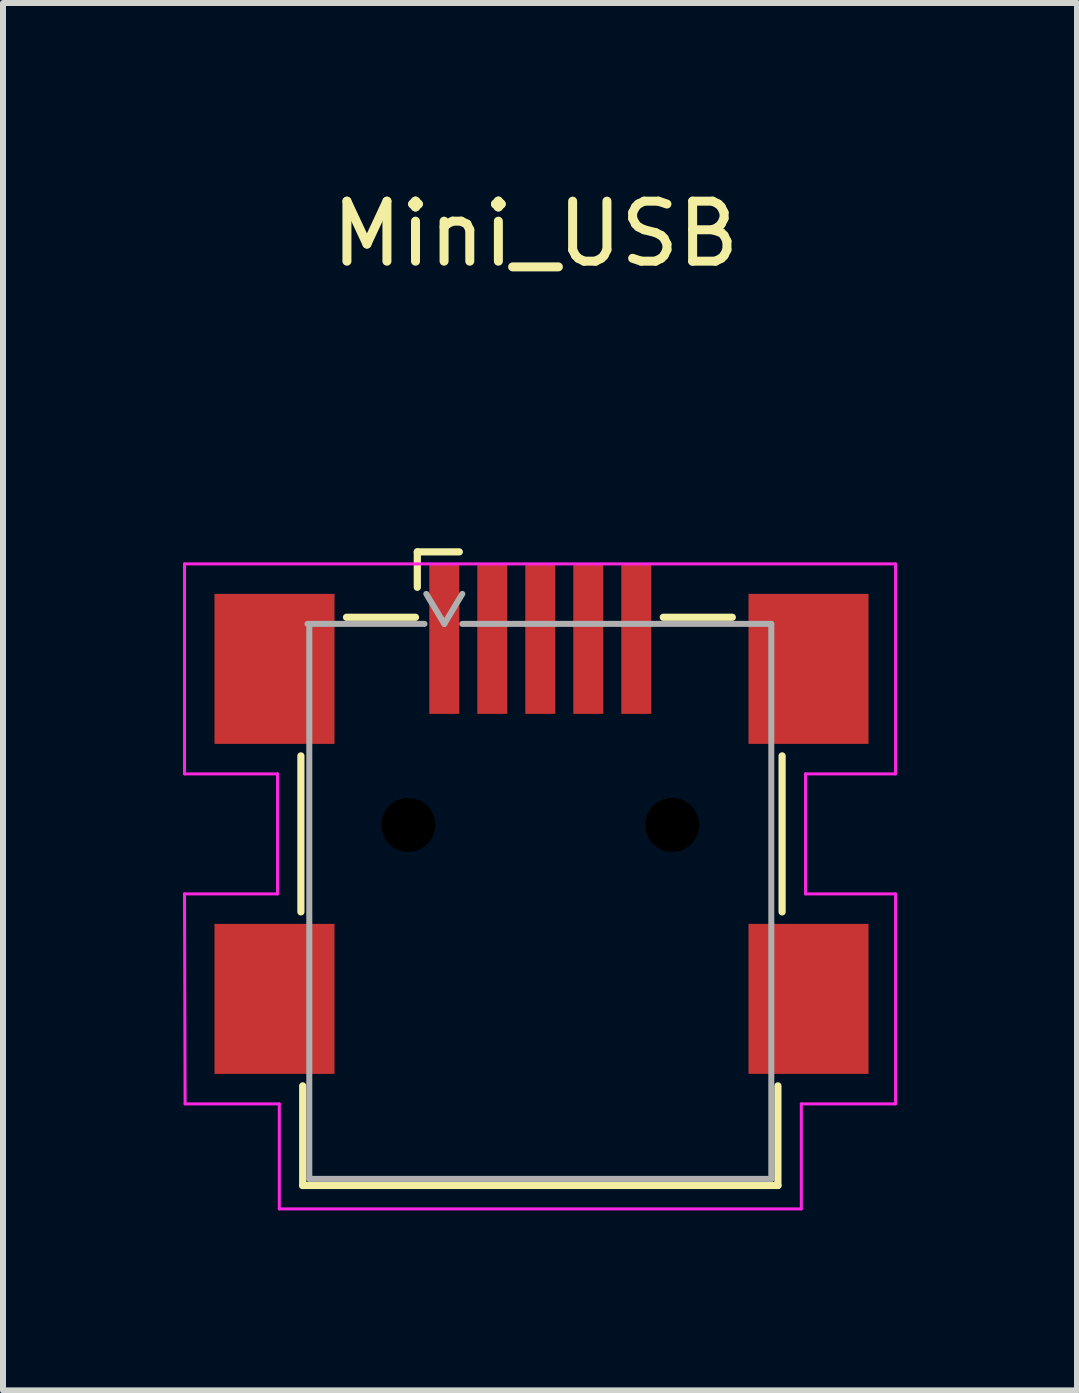
<source format=kicad_pcb>
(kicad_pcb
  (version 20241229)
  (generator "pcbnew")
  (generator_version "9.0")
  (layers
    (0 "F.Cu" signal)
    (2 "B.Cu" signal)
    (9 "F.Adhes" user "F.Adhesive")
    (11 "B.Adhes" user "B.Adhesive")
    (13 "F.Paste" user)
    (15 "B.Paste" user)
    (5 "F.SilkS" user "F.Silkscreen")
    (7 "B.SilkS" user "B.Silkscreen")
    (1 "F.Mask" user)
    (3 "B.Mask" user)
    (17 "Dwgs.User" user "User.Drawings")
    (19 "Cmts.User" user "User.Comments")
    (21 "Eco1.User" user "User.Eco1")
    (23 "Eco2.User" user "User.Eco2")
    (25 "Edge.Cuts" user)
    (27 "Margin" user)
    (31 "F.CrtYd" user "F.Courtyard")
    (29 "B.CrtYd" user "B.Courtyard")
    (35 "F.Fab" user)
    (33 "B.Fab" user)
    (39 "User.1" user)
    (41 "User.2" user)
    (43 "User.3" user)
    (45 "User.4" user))
  (footprint "Mini_USB"
    (layer "F.Cu")
    (at 5.875 11.448)
    (property "Reference" "Mini_USB" (at 0 -10.6 0) (unlocked yes) (layer "F.SilkS") (effects (font (size 1 1) (thickness 0.15))))
    (attr smd)
    (fp_line (start -3.91 0.7) (end -3.91 -1.9) (stroke (width 0.12) (type solid)) (layer "F.SilkS"))
    (fp_line (start -3.88 3.6) (end -3.88 5.26) (stroke (width 0.12) (type solid)) (layer "F.SilkS"))
    (fp_line (start -3.88 5.26) (end 4.04 5.26) (stroke (width 0.12) (type solid)) (layer "F.SilkS"))
    (fp_line (start -3.15 -4.21) (end -2 -4.21) (stroke (width 0.12) (type solid)) (layer "F.SilkS"))
    (fp_line (start -1.97 -5.3) (end -1.27 -5.3) (stroke (width 0.12) (type solid)) (layer "F.SilkS"))
    (fp_line (start -1.97 -4.71) (end -1.97 -5.3) (stroke (width 0.12) (type solid)) (layer "F.SilkS"))
    (fp_line (start 2.13 -4.21) (end 3.28 -4.21) (stroke (width 0.12) (type solid)) (layer "F.SilkS"))
    (fp_line (start 4.04 5.26) (end 4.04 3.6) (stroke (width 0.12) (type solid)) (layer "F.SilkS"))
    (fp_line (start 4.11 -1.9) (end 4.11 0.7) (stroke (width 0.12) (type solid)) (layer "F.SilkS"))
    (fp_line (start -5.85 -5.1) (end 6 -5.1) (stroke (width 0.05) (type solid)) (layer "F.CrtYd"))
    (fp_line (start -5.85 -1.6) (end -5.85 -5.1) (stroke (width 0.05) (type solid)) (layer "F.CrtYd"))
    (fp_line (start -5.85 0.4) (end -4.3 0.4) (stroke (width 0.05) (type solid)) (layer "F.CrtYd"))
    (fp_line (start -5.84 3.9) (end -5.85 0.4) (stroke (width 0.05) (type solid)) (layer "F.CrtYd"))
    (fp_line (start -4.3 -1.6) (end -5.85 -1.6) (stroke (width 0.05) (type solid)) (layer "F.CrtYd"))
    (fp_line (start -4.3 0.4) (end -4.3 -1.6) (stroke (width 0.05) (type solid)) (layer "F.CrtYd"))
    (fp_line (start -4.27 3.9) (end -5.84 3.9) (stroke (width 0.05) (type solid)) (layer "F.CrtYd"))
    (fp_line (start -4.27 5.65) (end -4.27 3.9) (stroke (width 0.05) (type solid)) (layer "F.CrtYd"))
    (fp_line (start 4.43 3.9) (end 4.43 5.65) (stroke (width 0.05) (type solid)) (layer "F.CrtYd"))
    (fp_line (start 4.43 5.65) (end -4.27 5.65) (stroke (width 0.05) (type solid)) (layer "F.CrtYd"))
    (fp_line (start 4.5 -1.6) (end 4.5 0.4) (stroke (width 0.05) (type solid)) (layer "F.CrtYd"))
    (fp_line (start 4.5 0.4) (end 6 0.4) (stroke (width 0.05) (type solid)) (layer "F.CrtYd"))
    (fp_line (start 6 -5.1) (end 6 -1.6) (stroke (width 0.05) (type solid)) (layer "F.CrtYd"))
    (fp_line (start 6 -1.6) (end 4.5 -1.6) (stroke (width 0.05) (type solid)) (layer "F.CrtYd"))
    (fp_line (start 6 0.4) (end 6 3.9) (stroke (width 0.05) (type solid)) (layer "F.CrtYd"))
    (fp_line (start 6 3.9) (end 4.43 3.9) (stroke (width 0.05) (type solid)) (layer "F.CrtYd"))
    (fp_line (start -3.8 -4.1) (end -1.85 -4.1) (stroke (width 0.1) (type solid)) (layer "F.Fab"))
    (fp_line (start -3.77 5.15) (end -3.77 -4.1) (stroke (width 0.1) (type solid)) (layer "F.Fab"))
    (fp_line (start -1.82 -4.6) (end -1.52 -4.1) (stroke (width 0.1) (type solid)) (layer "F.Fab"))
    (fp_line (start -1.52 -4.1) (end -1.22 -4.6) (stroke (width 0.1) (type solid)) (layer "F.Fab"))
    (fp_line (start -1.22 -4.1) (end 3.93 -4.1) (stroke (width 0.1) (type solid)) (layer "F.Fab"))
    (fp_line (start 3.93 -4.1) (end 3.93 5.15) (stroke (width 0.1) (type solid)) (layer "F.Fab"))
    (fp_line (start 3.93 5.15) (end -3.77 5.15) (stroke (width 0.1) (type solid)) (layer "F.Fab"))
    (pad "" np_thru_hole circle (at -2.12 -0.75) (size 1 1) (drill 0.9) (layers "*.Mask"))
    (pad "" np_thru_hole circle (at 2.28 -0.75) (size 1 1) (drill 0.9) (layers "*.Mask"))
    (pad "1" smd rect (at -1.52 -3.85) (size 0.5 2.5) (layers "F.Cu" "F.Mask" "F.Paste"))
    (pad "2" smd rect (at -0.72 -3.85) (size 0.5 2.5) (layers "F.Cu" "F.Mask" "F.Paste"))
    (pad "3" smd rect (at 0.08 -3.85) (size 0.5 2.5) (layers "F.Cu" "F.Mask" "F.Paste"))
    (pad "4" smd rect (at 0.88 -3.85) (size 0.5 2.5) (layers "F.Cu" "F.Mask" "F.Paste"))
    (pad "5" smd rect (at 1.68 -3.85) (size 0.5 2.5) (layers "F.Cu" "F.Mask" "F.Paste"))
    (pad "6" smd rect (at -4.35 -3.35) (size 2 2.5) (layers "F.Cu" "F.Mask" "F.Paste"))
    (pad "6" smd rect (at -4.35 2.15) (size 2 2.5) (layers "F.Cu" "F.Mask" "F.Paste"))
    (pad "6" smd rect (at 4.55 -3.35) (size 2 2.5) (layers "F.Cu" "F.Mask" "F.Paste"))
    (pad "6" smd rect (at 4.55 2.15) (size 2 2.5) (layers "F.Cu" "F.Mask" "F.Paste")))
  (gr_rect
    (start -3 -3)
    (end 14.9 20.123)
    (stroke (width 0.1) (type default))
    (fill no)
    (layer "Edge.Cuts")))
</source>
